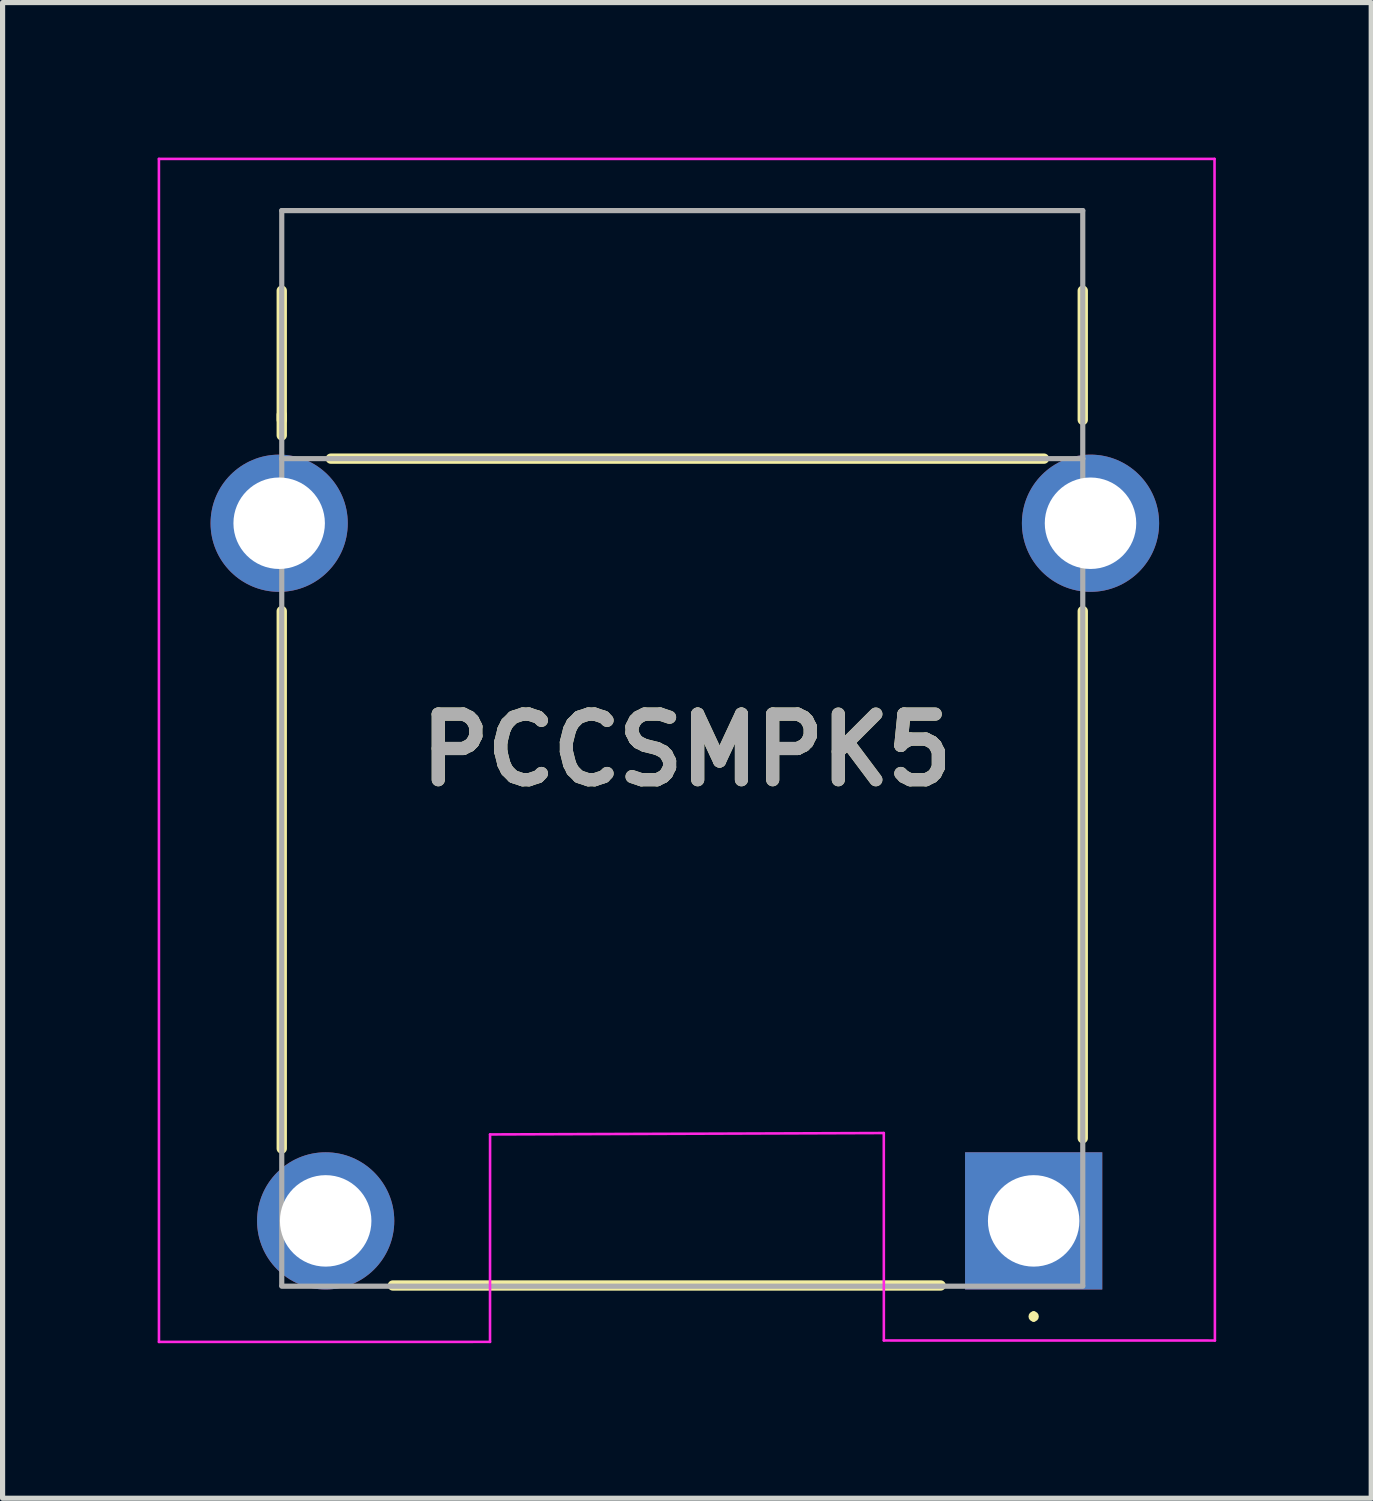
<source format=kicad_pcb>
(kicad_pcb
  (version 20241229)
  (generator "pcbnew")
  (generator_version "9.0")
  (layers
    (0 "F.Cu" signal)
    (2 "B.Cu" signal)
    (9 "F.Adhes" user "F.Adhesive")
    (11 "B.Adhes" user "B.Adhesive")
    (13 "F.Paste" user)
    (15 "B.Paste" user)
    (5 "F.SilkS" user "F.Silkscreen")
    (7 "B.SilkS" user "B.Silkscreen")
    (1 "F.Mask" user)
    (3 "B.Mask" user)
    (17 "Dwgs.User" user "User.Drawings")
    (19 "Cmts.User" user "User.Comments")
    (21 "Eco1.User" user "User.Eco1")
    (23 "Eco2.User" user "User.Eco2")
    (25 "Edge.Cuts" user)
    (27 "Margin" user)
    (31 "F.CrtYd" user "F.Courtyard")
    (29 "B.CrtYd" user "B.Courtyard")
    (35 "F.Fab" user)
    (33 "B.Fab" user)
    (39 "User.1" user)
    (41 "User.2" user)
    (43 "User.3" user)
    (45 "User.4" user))
  (footprint "PCCSMPK5"
    (layer "F.Cu")
    (at 16.952 20.575)
    (property "Reference" "PCCSMPK5" (at -6.713 -9.111 0) (layer "F.SilkS") (effects (font (size 1.27 1.27) (thickness 0.254))))
    (attr through_hole)
    (fp_line (start -14.55 -15.5) (end -14.55 -18) (stroke (width 0.2) (type solid)) (layer "F.SilkS"))
    (fp_line (start -14.55 -15.2) (end -14.55 -15.6) (stroke (width 0.2) (type solid)) (layer "F.SilkS"))
    (fp_line (start -14.55 -1.4) (end -14.55 -11.8) (stroke (width 0.2) (type solid)) (layer "F.SilkS"))
    (fp_line (start -13.6 -14.75) (end 0.2 -14.75) (stroke (width 0.2) (type solid)) (layer "F.SilkS"))
    (fp_line (start -1.8 1.25) (end -12.4 1.25) (stroke (width 0.2) (type solid)) (layer "F.SilkS"))
    (fp_line (start 0 1.8) (end 0 1.8) (stroke (width 0.1) (type solid)) (layer "F.SilkS"))
    (fp_line (start 0 1.9) (end 0 1.9) (stroke (width 0.1) (type solid)) (layer "F.SilkS"))
    (fp_line (start 0.95 -18) (end 0.95 -15.5) (stroke (width 0.2) (type solid)) (layer "F.SilkS"))
    (fp_line (start 0.95 -11.8) (end 0.95 -1.6) (stroke (width 0.2) (type solid)) (layer "F.SilkS"))
    (fp_arc (start 0 1.8) (mid 0.05 1.85) (end 0 1.9) (stroke (width 0.1) (type solid)) (layer "F.SilkS"))
    (fp_arc (start 0 1.9) (mid -0.05 1.85) (end 0 1.8) (stroke (width 0.1) (type solid)) (layer "F.SilkS"))
    (fp_line (start -16.926 2.342) (end -16.927 -20.55) (stroke (width 0.05) (type default)) (layer "F.CrtYd"))
    (fp_line (start -16.926 2.342) (end -10.52 2.341) (stroke (width 0.05) (type default)) (layer "F.CrtYd"))
    (fp_line (start -10.52 2.341) (end -10.519 -1.673) (stroke (width 0.05) (type default)) (layer "F.CrtYd"))
    (fp_line (start -2.9 -1.7) (end -10.519 -1.673) (stroke (width 0.05) (type default)) (layer "F.CrtYd"))
    (fp_line (start -2.899 2.314) (end -2.9 -1.7) (stroke (width 0.05) (type default)) (layer "F.CrtYd"))
    (fp_line (start 3.5 -20.55) (end -16.927 -20.55) (stroke (width 0.05) (type default)) (layer "F.CrtYd"))
    (fp_line (start 3.507 2.315) (end -2.899 2.314) (stroke (width 0.05) (type default)) (layer "F.CrtYd"))
    (fp_line (start 3.507 2.315) (end 3.5 -20.55) (stroke (width 0.05) (type default)) (layer "F.CrtYd"))
    (fp_line (start -14.55 -19.55) (end 0.95 -19.55) (stroke (width 0.1) (type solid)) (layer "F.Fab"))
    (fp_line (start -14.55 -14.75) (end -14.55 -19.55) (stroke (width 0.1) (type solid)) (layer "F.Fab"))
    (fp_line (start -14.55 -14.75) (end 0.95 -14.75) (stroke (width 0.1) (type solid)) (layer "F.Fab"))
    (fp_line (start -14.55 1.25) (end -14.55 -14.75) (stroke (width 0.1) (type solid)) (layer "F.Fab"))
    (fp_line (start 0.95 -19.55) (end 0.95 -14.75) (stroke (width 0.1) (type solid)) (layer "F.Fab"))
    (fp_line (start 0.95 -14.75) (end 0.95 1.25) (stroke (width 0.1) (type solid)) (layer "F.Fab"))
    (fp_line (start 0.951 1.264) (end -14.549 1.264) (stroke (width 0.1) (type solid)) (layer "F.Fab"))
    (fp_text user "${REFERENCE}" (at -6.713 -9.111 0) (layer "F.Fab") (effects (font (size 1.27 1.27) (thickness 0.254))))
    (pad "1" thru_hole rect (at 0 0) (size 2.655 2.655) (drill 1.77) (layers "*.Cu" "*.Mask"))
    (pad "2" thru_hole circle (at -13.7 0) (size 2.655 2.655) (drill 1.77) (layers "*.Cu" "*.Mask"))
    (pad "MH1" thru_hole circle (at 1.1 -13.5) (size 2.655 2.655) (drill 1.77) (layers "*.Cu" "*.Mask"))
    (pad "MH2" thru_hole circle (at -14.6 -13.5) (size 2.655 2.655) (drill 1.77) (layers "*.Cu" "*.Mask")))
  (gr_rect
    (start -3 -3)
    (end 23.484 25.942)
    (stroke (width 0.1) (type default))
    (fill no)
    (layer "Edge.Cuts")))
</source>
